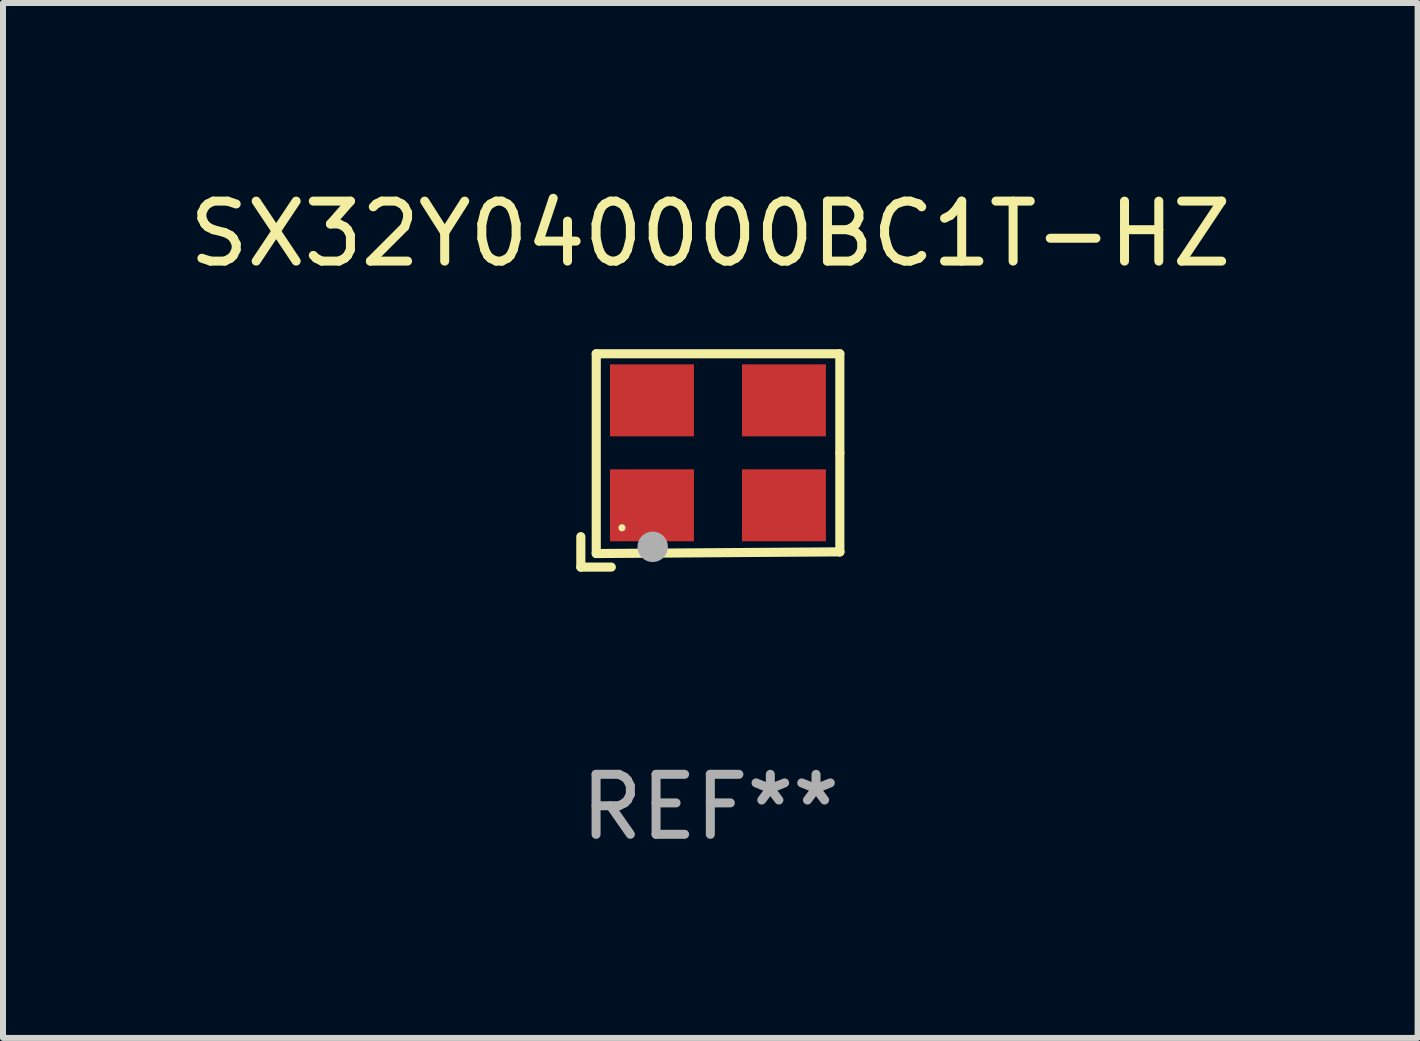
<source format=kicad_pcb>
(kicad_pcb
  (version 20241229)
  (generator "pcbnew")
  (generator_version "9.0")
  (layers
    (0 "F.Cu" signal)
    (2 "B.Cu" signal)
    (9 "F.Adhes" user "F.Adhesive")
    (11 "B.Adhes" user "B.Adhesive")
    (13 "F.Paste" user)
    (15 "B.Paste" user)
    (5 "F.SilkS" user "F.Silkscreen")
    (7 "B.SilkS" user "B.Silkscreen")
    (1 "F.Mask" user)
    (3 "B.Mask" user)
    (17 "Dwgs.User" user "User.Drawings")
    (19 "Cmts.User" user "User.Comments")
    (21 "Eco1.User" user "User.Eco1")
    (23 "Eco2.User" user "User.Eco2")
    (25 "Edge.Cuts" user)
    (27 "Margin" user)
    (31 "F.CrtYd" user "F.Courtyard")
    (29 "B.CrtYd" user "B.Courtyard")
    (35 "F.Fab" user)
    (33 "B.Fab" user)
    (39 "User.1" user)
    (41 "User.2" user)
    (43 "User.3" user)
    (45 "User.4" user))
  (footprint "SX32Y040000BC1T-HZ"
    (layer "F.Cu")
    (at 8.792 4.626)
    (property "Reference" "SX32Y040000BC1T-HZ" (at 0 -3.778 0) (layer "F.SilkS") (effects (font (size 1 1) (thickness 0.15))))
    (attr through_hole)
    (fp_line (start -2.159 1.27) (end -2.159 1.778) (stroke (width 0.152) (type solid)) (layer "F.SilkS"))
    (fp_line (start -2.159 1.778) (end -1.651 1.778) (stroke (width 0.152) (type solid)) (layer "F.SilkS"))
    (fp_line (start -1.902 -1.778) (end 2.159 -1.778) (stroke (width 0.152) (type solid)) (layer "F.SilkS"))
    (fp_line (start -1.902 1.552) (end -1.902 -1.778) (stroke (width 0.152) (type solid)) (layer "F.SilkS"))
    (fp_line (start 2.159 -1.778) (end 2.159 -0.127) (stroke (width 0.152) (type solid)) (layer "F.SilkS"))
    (fp_line (start 2.159 -0.127) (end 2.159 1.524) (stroke (width 0.152) (type solid)) (layer "F.SilkS"))
    (fp_line (start 2.159 1.524) (end -1.902 1.552) (stroke (width 0.152) (type solid)) (layer "F.SilkS"))
    (fp_line (start 2.159 1.524) (end 2.159 1.524) (stroke (width 0.152) (type solid)) (layer "F.SilkS"))
    (fp_circle (center -1.473 1.123) (end -1.443 1.123) (stroke (width 0.06) (type solid)) (fill no) (layer "F.SilkS"))
    (fp_circle (center -0.961 1.44) (end -0.834 1.44) (stroke (width 0.254) (type solid)) (fill no) (layer "F.Fab"))
    (fp_text user "REF**" (at 0 5.778 0) (layer "F.Fab") (effects (font (size 1 1) (thickness 0.15))))
    (pad "1" smd rect (at -0.973 0.748) (size 1.4 1.2) (layers "F.Cu" "F.Mask" "F.Paste"))
    (pad "2" smd rect (at 1.227 0.748) (size 1.4 1.2) (layers "F.Cu" "F.Mask" "F.Paste"))
    (pad "3" smd rect (at 1.227 -1.002) (size 1.4 1.2) (layers "F.Cu" "F.Mask" "F.Paste"))
    (pad "4" smd rect (at -0.973 -1.002) (size 1.4 1.2) (layers "F.Cu" "F.Mask" "F.Paste")))
  (gr_rect
    (start -3 -3)
    (end 20.583 14.253)
    (stroke (width 0.1) (type default))
    (fill no)
    (layer "Edge.Cuts")))
</source>
